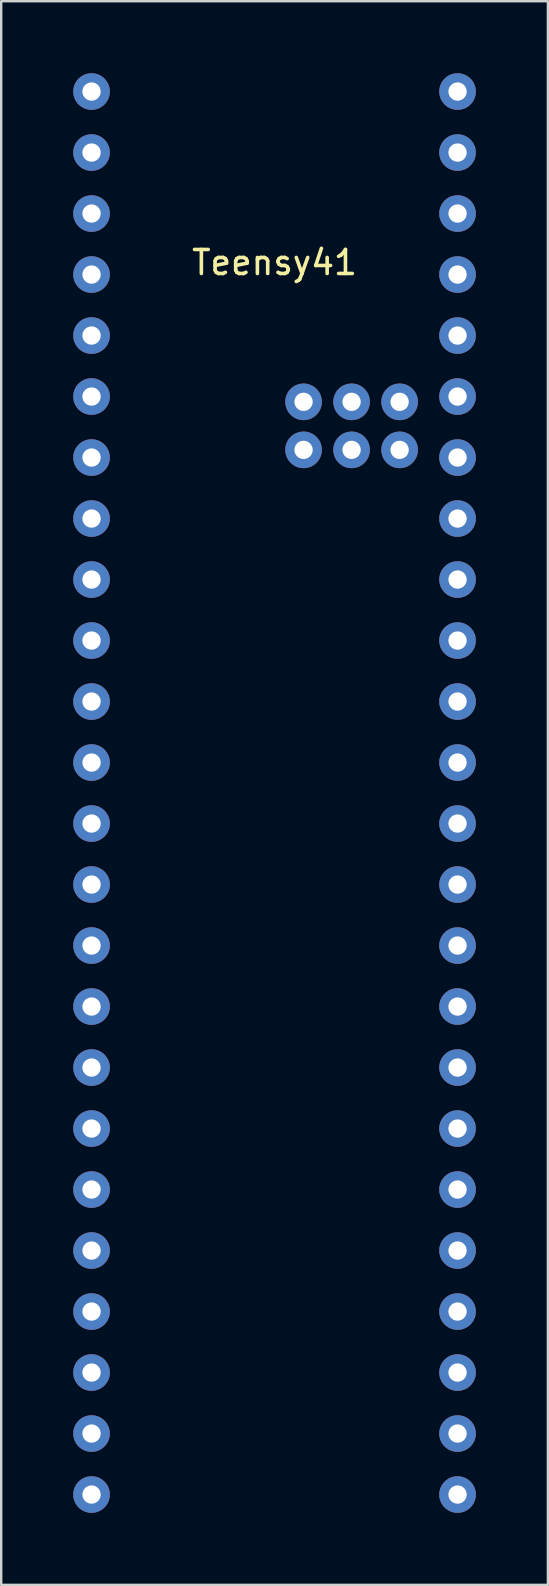
<source format=kicad_pcb>
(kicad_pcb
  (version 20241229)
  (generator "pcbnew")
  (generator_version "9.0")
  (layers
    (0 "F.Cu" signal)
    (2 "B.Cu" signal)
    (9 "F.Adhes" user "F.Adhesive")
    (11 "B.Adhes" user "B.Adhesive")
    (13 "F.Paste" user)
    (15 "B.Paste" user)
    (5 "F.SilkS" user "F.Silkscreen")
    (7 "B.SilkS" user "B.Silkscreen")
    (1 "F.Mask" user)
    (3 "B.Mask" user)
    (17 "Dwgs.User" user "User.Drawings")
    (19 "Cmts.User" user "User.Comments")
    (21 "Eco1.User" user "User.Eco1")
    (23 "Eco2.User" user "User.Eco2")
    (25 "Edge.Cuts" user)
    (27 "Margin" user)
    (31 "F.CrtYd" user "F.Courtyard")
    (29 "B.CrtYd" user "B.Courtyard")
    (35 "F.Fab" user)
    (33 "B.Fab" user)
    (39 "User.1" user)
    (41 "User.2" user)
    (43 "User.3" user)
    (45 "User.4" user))
  (footprint "Teensy41"
    (layer "F.Cu")
    (at 8.382 8.382)
    (property "Reference" "Teensy41" (at 0 -0.5 0) (unlocked yes) (layer "F.SilkS") (effects (font (size 1 1) (thickness 0.15))))
    (attr through_hole)
    (pad "0" thru_hole circle (at -7.62 -5.08) (size 1.524 1.524) (drill 0.762) (layers "*.Cu" "*.Mask"))
    (pad "1" thru_hole circle (at -7.62 -2.54) (size 1.524 1.524) (drill 0.762) (layers "*.Cu" "*.Mask"))
    (pad "2" thru_hole circle (at -7.62 0) (size 1.524 1.524) (drill 0.762) (layers "*.Cu" "*.Mask"))
    (pad "3" thru_hole circle (at -7.62 2.54) (size 1.524 1.524) (drill 0.762) (layers "*.Cu" "*.Mask"))
    (pad "3V" thru_hole circle (at -7.62 27.94) (size 1.524 1.524) (drill 0.762) (layers "*.Cu" "*.Mask"))
    (pad "3V" thru_hole circle (at 7.62 -2.54) (size 1.524 1.524) (drill 0.762) (layers "*.Cu" "*.Mask"))
    (pad "4" thru_hole circle (at -7.62 5.08) (size 1.524 1.524) (drill 0.762) (layers "*.Cu" "*.Mask"))
    (pad "5" thru_hole circle (at -7.62 7.62) (size 1.524 1.524) (drill 0.762) (layers "*.Cu" "*.Mask"))
    (pad "5V" thru_hole circle (at 7.62 -7.62) (size 1.524 1.524) (drill 0.762) (layers "*.Cu" "*.Mask"))
    (pad "6" thru_hole circle (at -7.62 10.16) (size 1.524 1.524) (drill 0.762) (layers "*.Cu" "*.Mask"))
    (pad "7" thru_hole circle (at -7.62 12.7) (size 1.524 1.524) (drill 0.762) (layers "*.Cu" "*.Mask"))
    (pad "8" thru_hole circle (at -7.62 15.24) (size 1.524 1.524) (drill 0.762) (layers "*.Cu" "*.Mask"))
    (pad "9" thru_hole circle (at -7.62 17.78) (size 1.524 1.524) (drill 0.762) (layers "*.Cu" "*.Mask"))
    (pad "10" thru_hole circle (at -7.62 20.32) (size 1.524 1.524) (drill 0.762) (layers "*.Cu" "*.Mask"))
    (pad "11" thru_hole circle (at -7.62 22.86) (size 1.524 1.524) (drill 0.762) (layers "*.Cu" "*.Mask"))
    (pad "12" thru_hole circle (at -7.62 25.4) (size 1.524 1.524) (drill 0.762) (layers "*.Cu" "*.Mask"))
    (pad "13" thru_hole circle (at 7.62 25.4) (size 1.524 1.524) (drill 0.762) (layers "*.Cu" "*.Mask"))
    (pad "14" thru_hole circle (at 7.62 22.86) (size 1.524 1.524) (drill 0.762) (layers "*.Cu" "*.Mask"))
    (pad "15" thru_hole circle (at 7.62 20.32) (size 1.524 1.524) (drill 0.762) (layers "*.Cu" "*.Mask"))
    (pad "16" thru_hole circle (at 7.62 17.78) (size 1.524 1.524) (drill 0.762) (layers "*.Cu" "*.Mask"))
    (pad "17" thru_hole circle (at 7.62 15.24) (size 1.524 1.524) (drill 0.762) (layers "*.Cu" "*.Mask"))
    (pad "18" thru_hole circle (at 7.62 12.7) (size 1.524 1.524) (drill 0.762) (layers "*.Cu" "*.Mask"))
    (pad "19" thru_hole circle (at 7.62 10.16) (size 1.524 1.524) (drill 0.762) (layers "*.Cu" "*.Mask"))
    (pad "20" thru_hole circle (at 7.62 7.62) (size 1.524 1.524) (drill 0.762) (layers "*.Cu" "*.Mask"))
    (pad "21" thru_hole circle (at 7.62 5.08) (size 1.524 1.524) (drill 0.762) (layers "*.Cu" "*.Mask"))
    (pad "22" thru_hole circle (at 7.62 2.54) (size 1.524 1.524) (drill 0.762) (layers "*.Cu" "*.Mask"))
    (pad "23" thru_hole circle (at 7.62 0) (size 1.524 1.524) (drill 0.762) (layers "*.Cu" "*.Mask"))
    (pad "24" thru_hole circle (at -7.62 30.48) (size 1.524 1.524) (drill 0.762) (layers "*.Cu" "*.Mask"))
    (pad "25" thru_hole circle (at -7.62 33.02) (size 1.524 1.524) (drill 0.762) (layers "*.Cu" "*.Mask"))
    (pad "26" thru_hole circle (at -7.62 35.56) (size 1.524 1.524) (drill 0.762) (layers "*.Cu" "*.Mask"))
    (pad "27" thru_hole circle (at -7.62 38.1) (size 1.524 1.524) (drill 0.762) (layers "*.Cu" "*.Mask"))
    (pad "28" thru_hole circle (at -7.62 40.64) (size 1.524 1.524) (drill 0.762) (layers "*.Cu" "*.Mask"))
    (pad "29" thru_hole circle (at -7.62 43.18) (size 1.524 1.524) (drill 0.762) (layers "*.Cu" "*.Mask"))
    (pad "30" thru_hole circle (at -7.62 45.72) (size 1.524 1.524) (drill 0.762) (layers "*.Cu" "*.Mask"))
    (pad "31" thru_hole circle (at -7.62 48.26) (size 1.524 1.524) (drill 0.762) (layers "*.Cu" "*.Mask"))
    (pad "32" thru_hole circle (at -7.62 50.8) (size 1.524 1.524) (drill 0.762) (layers "*.Cu" "*.Mask"))
    (pad "33" thru_hole circle (at 7.62 50.8) (size 1.524 1.524) (drill 0.762) (layers "*.Cu" "*.Mask"))
    (pad "34" thru_hole circle (at 7.62 48.26) (size 1.524 1.524) (drill 0.762) (layers "*.Cu" "*.Mask"))
    (pad "35" thru_hole circle (at 7.62 45.72) (size 1.524 1.524) (drill 0.762) (layers "*.Cu" "*.Mask"))
    (pad "36" thru_hole circle (at 7.62 43.18) (size 1.524 1.524) (drill 0.762) (layers "*.Cu" "*.Mask"))
    (pad "37" thru_hole circle (at 7.62 40.64) (size 1.524 1.524) (drill 0.762) (layers "*.Cu" "*.Mask"))
    (pad "38" thru_hole circle (at 7.62 38.1) (size 1.524 1.524) (drill 0.762) (layers "*.Cu" "*.Mask"))
    (pad "39" thru_hole circle (at 7.62 35.56) (size 1.524 1.524) (drill 0.762) (layers "*.Cu" "*.Mask"))
    (pad "40" thru_hole circle (at 7.62 33.02) (size 1.524 1.524) (drill 0.762) (layers "*.Cu" "*.Mask"))
    (pad "41" thru_hole circle (at 7.62 30.48) (size 1.524 1.524) (drill 0.762) (layers "*.Cu" "*.Mask"))
    (pad "G" thru_hole circle (at -7.62 -7.62) (size 1.524 1.524) (drill 0.762) (layers "*.Cu" "*.Mask"))
    (pad "G" thru_hole circle (at 3.208 7.3) (size 1.524 1.524) (drill 0.762) (layers "*.Cu" "*.Mask"))
    (pad "G" thru_hole circle (at 7.62 -5.08) (size 1.524 1.524) (drill 0.762) (layers "*.Cu" "*.Mask"))
    (pad "G" thru_hole circle (at 7.62 27.94) (size 1.524 1.524) (drill 0.762) (layers "*.Cu" "*.Mask"))
    (pad "LED" thru_hole circle (at 3.208 5.3) (size 1.524 1.524) (drill 0.762) (layers "*.Cu" "*.Mask"))
    (pad "R+" thru_hole circle (at 5.208 5.3) (size 1.524 1.524) (drill 0.762) (layers "*.Cu" "*.Mask"))
    (pad "R-" thru_hole circle (at 5.208 7.3) (size 1.524 1.524) (drill 0.762) (layers "*.Cu" "*.Mask"))
    (pad "T+" thru_hole circle (at 1.208 7.3) (size 1.524 1.524) (drill 0.762) (layers "*.Cu" "*.Mask"))
    (pad "T-" thru_hole circle (at 1.208 5.3) (size 1.524 1.524) (drill 0.762) (layers "*.Cu" "*.Mask")))
  (gr_rect
    (start -3 -3)
    (end 19.764 62.944)
    (stroke (width 0.1) (type default))
    (fill no)
    (layer "Edge.Cuts")))
</source>
